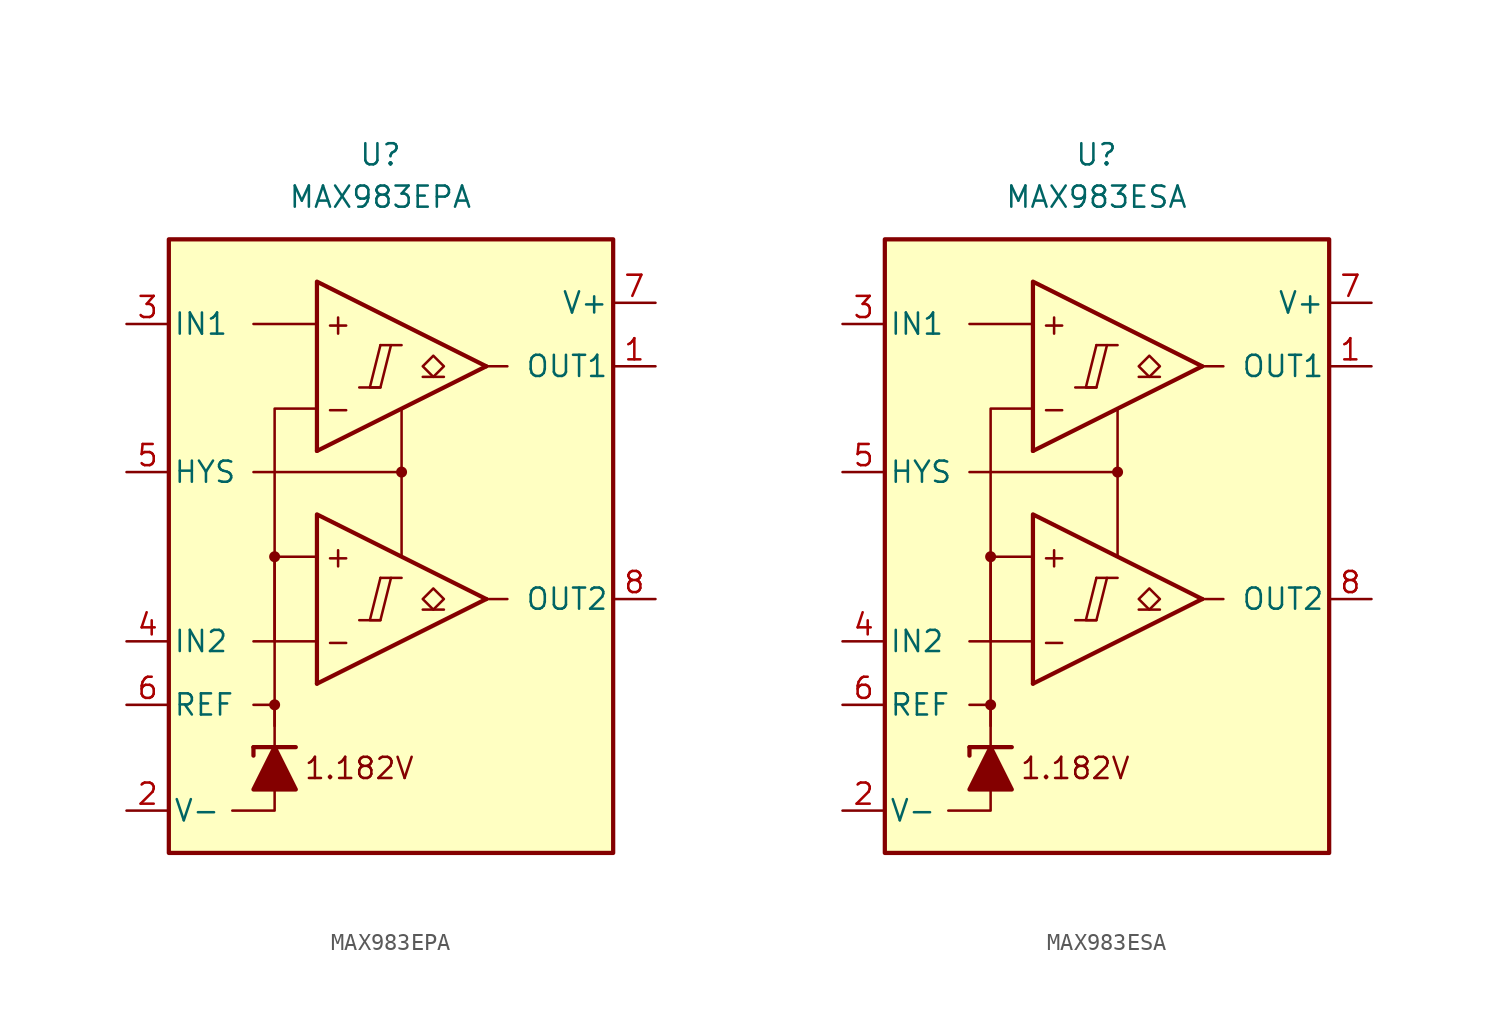
<source format=kicad_sym>
(kicad_symbol_lib
  (version 20211014)
  (generator kicad_symbol_editor)
  (symbol "MAX983EPA"
    (pin_names
      (offset 0.254))
    (property "Reference" "U"
      (at -1.27 22.86 0)
      (effects (font (size 1.27 1.27))))
    (property "Value" "MAX983EPA"
      (at -1.27 20.32 0)
      (effects (font (size 1.27 1.27))))
    (symbol "MAX983EPA_0_0"
      (rectangle (start -13.97 17.78) (end 12.7 -19.05) (stroke (width 0.254) (type default) (color 0 0 0 0)) (fill (type background)))
      (circle (center -7.62 -10.16) (radius 0.254) (stroke (width 0.152) (type default) (color 0 0 0 0)) (fill (type outline)))
      (circle (center -7.62 -1.27) (radius 0.254) (stroke (width 0.152) (type default) (color 0 0 0 0)) (fill (type outline)))
      (polyline (pts (xy -2.54 -5.08) (xy -1.27 -5.08)) (stroke (width 0.152) (type default) (color 0 0 0 0)) (fill (type none)))
      (polyline (pts (xy -2.54 8.89) (xy -1.27 8.89)) (stroke (width 0.152) (type default) (color 0 0 0 0)) (fill (type none)))
      (polyline (pts (xy -1.27 -2.54) (xy 0 -2.54)) (stroke (width 0.152) (type default) (color 0 0 0 0)) (fill (type none)))
      (polyline (pts (xy -1.27 11.43) (xy 0 11.43)) (stroke (width 0.152) (type default) (color 0 0 0 0)) (fill (type none)))
      (polyline (pts (xy 5.08 -3.81) (xy -5.08 -8.89)) (stroke (width 0.254) (type default) (color 0 0 0 0)) (fill (type none)))
      (polyline (pts (xy 5.08 10.16) (xy -5.08 5.08)) (stroke (width 0.254) (type default) (color 0 0 0 0)) (fill (type none)))
      (polyline (pts (xy 5.08 -3.81) (xy -5.08 1.27) (xy -5.08 -8.89)) (stroke (width 0.254) (type default) (color 0 0 0 0)) (fill (type background)))
      (polyline (pts (xy 5.08 10.16) (xy -5.08 15.24) (xy -5.08 5.08)) (stroke (width 0.254) (type default) (color 0 0 0 0)) (fill (type background)))
      (polyline (pts (xy -1.27 -2.54) (xy -1.905 -5.08) (xy -1.27 -5.08) (xy -0.635 -2.54)) (stroke (width 0.152) (type default) (color 0 0 0 0)) (fill (type none)))
      (polyline (pts (xy -1.27 11.43) (xy -1.905 8.89) (xy -1.27 8.89) (xy -0.635 11.43)) (stroke (width 0.152) (type default) (color 0 0 0 0)) (fill (type none)))
      (circle (center 0 3.81) (radius 0.254) (stroke (width 0.152) (type default) (color 0 0 0 0)) (fill (type outline)))
      (text "+" (at -3.81 -1.27 0) (effects (font (size 1.27 1.27))))
      (text "+" (at -3.81 12.7 0) (effects (font (size 1.27 1.27))))
      (text "-" (at -3.81 -6.35 0) (effects (font (size 1.27 1.27))))
      (text "-" (at -3.81 7.62 0) (effects (font (size 1.27 1.27))))
      (text "1.182V" (at -2.54 -13.97 0) (effects (font (size 1.27 1.27)))))
    (symbol "MAX983EPA_0_1"
      (polyline (pts (xy -8.89 -12.7) (xy -8.89 -13.208)) (stroke (width 0.254) (type default) (color 0 0 0 0)) (fill (type none)))
      (polyline (pts (xy -8.89 -12.7) (xy -6.35 -12.7)) (stroke (width 0.254) (type default) (color 0 0 0 0)) (fill (type none)))
      (polyline (pts (xy -5.08 -6.35) (xy -8.89 -6.35)) (stroke (width 0) (type default) (color 0 0 0 0)) (fill (type none)))
      (polyline (pts (xy -5.08 12.7) (xy -8.89 12.7)) (stroke (width 0) (type default) (color 0 0 0 0)) (fill (type none)))
      (polyline (pts (xy 0 3.81) (xy 0 -1.27)) (stroke (width 0) (type default) (color 0 0 0 0)) (fill (type none)))
      (polyline (pts (xy 5.08 -3.81) (xy 6.35 -3.81)) (stroke (width 0) (type default) (color 0 0 0 0)) (fill (type none)))
      (polyline (pts (xy 5.08 10.16) (xy 6.35 10.16)) (stroke (width 0) (type default) (color 0 0 0 0)) (fill (type none)))
      (polyline (pts (xy -7.62 -15.24) (xy -7.62 -16.51) (xy -10.16 -16.51)) (stroke (width 0) (type default) (color 0 0 0 0)) (fill (type none)))
      (polyline (pts (xy -7.62 -12.7) (xy -7.62 -10.16) (xy -8.89 -10.16)) (stroke (width 0) (type default) (color 0 0 0 0)) (fill (type none)))
      (polyline (pts (xy -7.62 -11.43) (xy -7.62 -1.27) (xy -5.08 -1.27)) (stroke (width 0) (type default) (color 0 0 0 0)) (fill (type none)))
      (polyline (pts (xy -7.62 -6.35) (xy -7.62 7.62) (xy -5.08 7.62)) (stroke (width 0) (type default) (color 0 0 0 0)) (fill (type none)))
      (polyline (pts (xy 0 7.62) (xy 0 3.81) (xy -8.89 3.81)) (stroke (width 0) (type default) (color 0 0 0 0)) (fill (type none)))
      (polyline (pts (xy -6.35 -15.24) (xy -8.89 -15.24) (xy -7.62 -12.7) (xy -6.35 -15.24)) (stroke (width 0.254) (type default) (color 0 0 0 0)) (fill (type outline))))
    (symbol "MAX983EPA_1_1"
      (polyline (pts (xy 2.54 -4.445) (xy 1.27 -4.445)) (stroke (width 0.152) (type default) (color 0 0 0 0)) (fill (type none)))
      (polyline (pts (xy 2.54 9.525) (xy 1.27 9.525)) (stroke (width 0.152) (type default) (color 0 0 0 0)) (fill (type none)))
      (polyline (pts (xy 1.905 -4.445) (xy 1.27 -3.81) (xy 1.905 -3.175) (xy 2.54 -3.81) (xy 1.905 -4.445)) (stroke (width 0.152) (type default) (color 0 0 0 0)) (fill (type none)))
      (polyline (pts (xy 1.905 9.525) (xy 1.27 10.16) (xy 1.905 10.795) (xy 2.54 10.16) (xy 1.905 9.525)) (stroke (width 0.152) (type default) (color 0 0 0 0)) (fill (type none)))
      (pin output line (at 15.24 10.16 180) (length 2.54) (name "OUT1" (effects (font (size 1.27 1.27)))) (number "1" (effects (font (size 1.27 1.27)))))
      (pin power_in line (at -16.51 -16.51 0) (length 2.54) (name "V-" (effects (font (size 1.27 1.27)))) (number "2" (effects (font (size 1.27 1.27)))))
      (pin input line (at -16.51 12.7 0) (length 2.54) (name "IN1" (effects (font (size 1.27 1.27)))) (number "3" (effects (font (size 1.27 1.27)))))
      (pin input line (at -16.51 -6.35 0) (length 2.54) (name "IN2" (effects (font (size 1.27 1.27)))) (number "4" (effects (font (size 1.27 1.27)))))
      (pin input line (at -16.51 3.81 0) (length 2.54) (name "HYS" (effects (font (size 1.27 1.27)))) (number "5" (effects (font (size 1.27 1.27)))))
      (pin output line (at -16.51 -10.16 0) (length 2.54) (name "REF" (effects (font (size 1.27 1.27)))) (number "6" (effects (font (size 1.27 1.27)))))
      (pin power_in line (at 15.24 13.97 180) (length 2.54) (name "V+" (effects (font (size 1.27 1.27)))) (number "7" (effects (font (size 1.27 1.27)))))
      (pin output line (at 15.24 -3.81 180) (length 2.54) (name "OUT2" (effects (font (size 1.27 1.27)))) (number "8" (effects (font (size 1.27 1.27)))))))
  (symbol "MAX983ESA"
    (pin_names
      (offset 0.254))
    (property "Reference" "U"
      (at -1.27 22.86 0)
      (effects (font (size 1.27 1.27))))
    (property "Value" "MAX983ESA"
      (at -1.27 20.32 0)
      (effects (font (size 1.27 1.27))))
    (symbol "MAX983ESA_0_0"
      (rectangle (start -13.97 17.78) (end 12.7 -19.05) (stroke (width 0.254) (type default) (color 0 0 0 0)) (fill (type background)))
      (circle (center -7.62 -10.16) (radius 0.254) (stroke (width 0.152) (type default) (color 0 0 0 0)) (fill (type outline)))
      (circle (center -7.62 -1.27) (radius 0.254) (stroke (width 0.152) (type default) (color 0 0 0 0)) (fill (type outline)))
      (polyline (pts (xy -2.54 -5.08) (xy -1.27 -5.08)) (stroke (width 0.152) (type default) (color 0 0 0 0)) (fill (type none)))
      (polyline (pts (xy -2.54 8.89) (xy -1.27 8.89)) (stroke (width 0.152) (type default) (color 0 0 0 0)) (fill (type none)))
      (polyline (pts (xy -1.27 -2.54) (xy 0 -2.54)) (stroke (width 0.152) (type default) (color 0 0 0 0)) (fill (type none)))
      (polyline (pts (xy -1.27 11.43) (xy 0 11.43)) (stroke (width 0.152) (type default) (color 0 0 0 0)) (fill (type none)))
      (polyline (pts (xy 5.08 -3.81) (xy -5.08 -8.89)) (stroke (width 0.254) (type default) (color 0 0 0 0)) (fill (type none)))
      (polyline (pts (xy 5.08 10.16) (xy -5.08 5.08)) (stroke (width 0.254) (type default) (color 0 0 0 0)) (fill (type none)))
      (polyline (pts (xy 5.08 -3.81) (xy -5.08 1.27) (xy -5.08 -8.89)) (stroke (width 0.254) (type default) (color 0 0 0 0)) (fill (type background)))
      (polyline (pts (xy 5.08 10.16) (xy -5.08 15.24) (xy -5.08 5.08)) (stroke (width 0.254) (type default) (color 0 0 0 0)) (fill (type background)))
      (polyline (pts (xy -1.27 -2.54) (xy -1.905 -5.08) (xy -1.27 -5.08) (xy -0.635 -2.54)) (stroke (width 0.152) (type default) (color 0 0 0 0)) (fill (type none)))
      (polyline (pts (xy -1.27 11.43) (xy -1.905 8.89) (xy -1.27 8.89) (xy -0.635 11.43)) (stroke (width 0.152) (type default) (color 0 0 0 0)) (fill (type none)))
      (circle (center 0 3.81) (radius 0.254) (stroke (width 0.152) (type default) (color 0 0 0 0)) (fill (type outline)))
      (text "+" (at -3.81 -1.27 0) (effects (font (size 1.27 1.27))))
      (text "+" (at -3.81 12.7 0) (effects (font (size 1.27 1.27))))
      (text "-" (at -3.81 -6.35 0) (effects (font (size 1.27 1.27))))
      (text "-" (at -3.81 7.62 0) (effects (font (size 1.27 1.27))))
      (text "1.182V" (at -2.54 -13.97 0) (effects (font (size 1.27 1.27)))))
    (symbol "MAX983ESA_0_1"
      (polyline (pts (xy -8.89 -12.7) (xy -8.89 -13.208)) (stroke (width 0.254) (type default) (color 0 0 0 0)) (fill (type none)))
      (polyline (pts (xy -8.89 -12.7) (xy -6.35 -12.7)) (stroke (width 0.254) (type default) (color 0 0 0 0)) (fill (type none)))
      (polyline (pts (xy -5.08 -6.35) (xy -8.89 -6.35)) (stroke (width 0) (type default) (color 0 0 0 0)) (fill (type none)))
      (polyline (pts (xy -5.08 12.7) (xy -8.89 12.7)) (stroke (width 0) (type default) (color 0 0 0 0)) (fill (type none)))
      (polyline (pts (xy 0 3.81) (xy 0 -1.27)) (stroke (width 0) (type default) (color 0 0 0 0)) (fill (type none)))
      (polyline (pts (xy 5.08 -3.81) (xy 6.35 -3.81)) (stroke (width 0) (type default) (color 0 0 0 0)) (fill (type none)))
      (polyline (pts (xy 5.08 10.16) (xy 6.35 10.16)) (stroke (width 0) (type default) (color 0 0 0 0)) (fill (type none)))
      (polyline (pts (xy -7.62 -15.24) (xy -7.62 -16.51) (xy -10.16 -16.51)) (stroke (width 0) (type default) (color 0 0 0 0)) (fill (type none)))
      (polyline (pts (xy -7.62 -12.7) (xy -7.62 -10.16) (xy -8.89 -10.16)) (stroke (width 0) (type default) (color 0 0 0 0)) (fill (type none)))
      (polyline (pts (xy -7.62 -11.43) (xy -7.62 -1.27) (xy -5.08 -1.27)) (stroke (width 0) (type default) (color 0 0 0 0)) (fill (type none)))
      (polyline (pts (xy -7.62 -6.35) (xy -7.62 7.62) (xy -5.08 7.62)) (stroke (width 0) (type default) (color 0 0 0 0)) (fill (type none)))
      (polyline (pts (xy 0 7.62) (xy 0 3.81) (xy -8.89 3.81)) (stroke (width 0) (type default) (color 0 0 0 0)) (fill (type none)))
      (polyline (pts (xy -6.35 -15.24) (xy -8.89 -15.24) (xy -7.62 -12.7) (xy -6.35 -15.24)) (stroke (width 0.254) (type default) (color 0 0 0 0)) (fill (type outline))))
    (symbol "MAX983ESA_1_1"
      (polyline (pts (xy 2.54 -4.445) (xy 1.27 -4.445)) (stroke (width 0.152) (type default) (color 0 0 0 0)) (fill (type none)))
      (polyline (pts (xy 2.54 9.525) (xy 1.27 9.525)) (stroke (width 0.152) (type default) (color 0 0 0 0)) (fill (type none)))
      (polyline (pts (xy 1.905 -4.445) (xy 1.27 -3.81) (xy 1.905 -3.175) (xy 2.54 -3.81) (xy 1.905 -4.445)) (stroke (width 0.152) (type default) (color 0 0 0 0)) (fill (type none)))
      (polyline (pts (xy 1.905 9.525) (xy 1.27 10.16) (xy 1.905 10.795) (xy 2.54 10.16) (xy 1.905 9.525)) (stroke (width 0.152) (type default) (color 0 0 0 0)) (fill (type none)))
      (pin output line (at 15.24 10.16 180) (length 2.54) (name "OUT1" (effects (font (size 1.27 1.27)))) (number "1" (effects (font (size 1.27 1.27)))))
      (pin power_in line (at -16.51 -16.51 0) (length 2.54) (name "V-" (effects (font (size 1.27 1.27)))) (number "2" (effects (font (size 1.27 1.27)))))
      (pin input line (at -16.51 12.7 0) (length 2.54) (name "IN1" (effects (font (size 1.27 1.27)))) (number "3" (effects (font (size 1.27 1.27)))))
      (pin input line (at -16.51 -6.35 0) (length 2.54) (name "IN2" (effects (font (size 1.27 1.27)))) (number "4" (effects (font (size 1.27 1.27)))))
      (pin input line (at -16.51 3.81 0) (length 2.54) (name "HYS" (effects (font (size 1.27 1.27)))) (number "5" (effects (font (size 1.27 1.27)))))
      (pin output line (at -16.51 -10.16 0) (length 2.54) (name "REF" (effects (font (size 1.27 1.27)))) (number "6" (effects (font (size 1.27 1.27)))))
      (pin power_in line (at 15.24 13.97 180) (length 2.54) (name "V+" (effects (font (size 1.27 1.27)))) (number "7" (effects (font (size 1.27 1.27)))))
      (pin output line (at 15.24 -3.81 180) (length 2.54) (name "OUT2" (effects (font (size 1.27 1.27)))) (number "8" (effects (font (size 1.27 1.27))))))))
</source>
